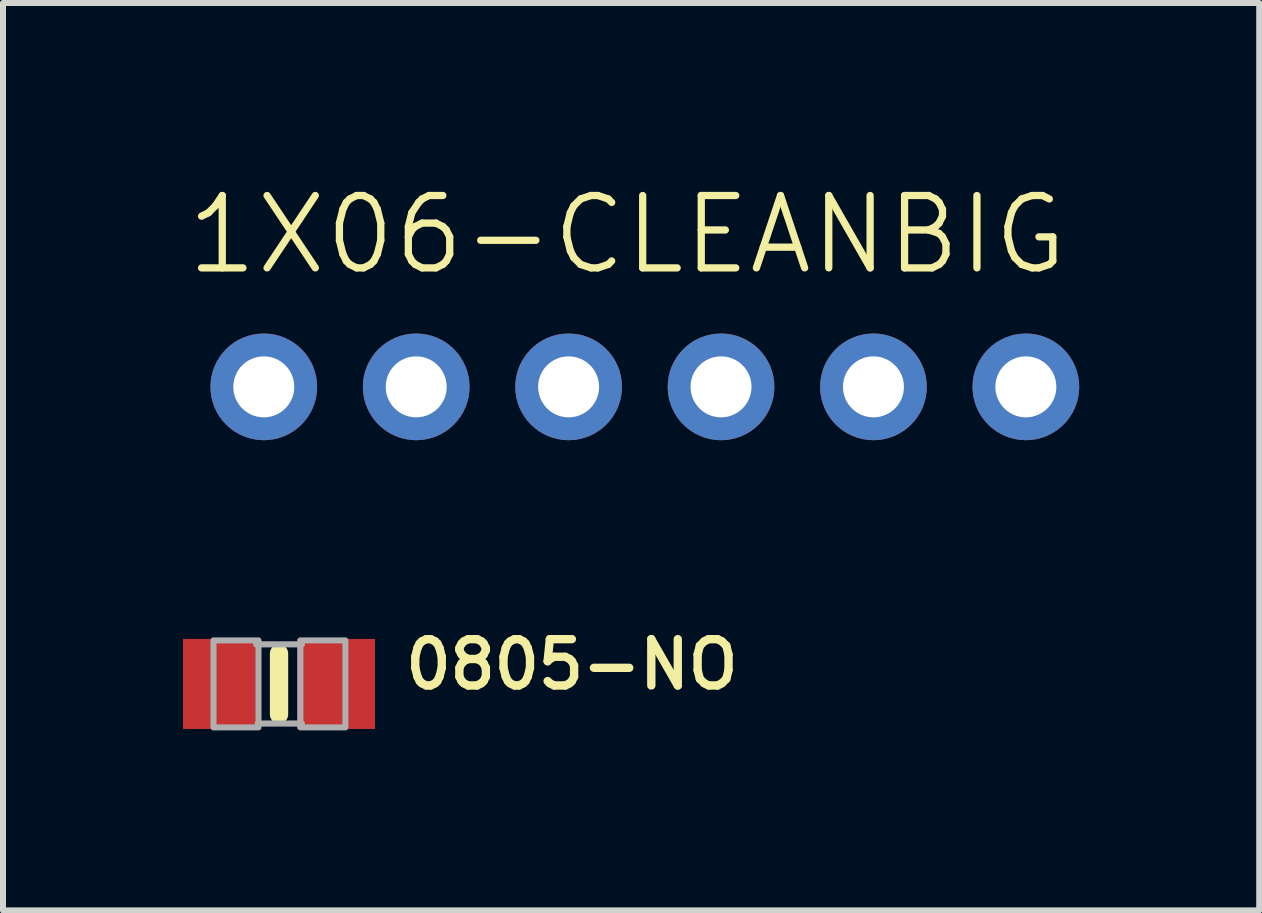
<source format=kicad_pcb>
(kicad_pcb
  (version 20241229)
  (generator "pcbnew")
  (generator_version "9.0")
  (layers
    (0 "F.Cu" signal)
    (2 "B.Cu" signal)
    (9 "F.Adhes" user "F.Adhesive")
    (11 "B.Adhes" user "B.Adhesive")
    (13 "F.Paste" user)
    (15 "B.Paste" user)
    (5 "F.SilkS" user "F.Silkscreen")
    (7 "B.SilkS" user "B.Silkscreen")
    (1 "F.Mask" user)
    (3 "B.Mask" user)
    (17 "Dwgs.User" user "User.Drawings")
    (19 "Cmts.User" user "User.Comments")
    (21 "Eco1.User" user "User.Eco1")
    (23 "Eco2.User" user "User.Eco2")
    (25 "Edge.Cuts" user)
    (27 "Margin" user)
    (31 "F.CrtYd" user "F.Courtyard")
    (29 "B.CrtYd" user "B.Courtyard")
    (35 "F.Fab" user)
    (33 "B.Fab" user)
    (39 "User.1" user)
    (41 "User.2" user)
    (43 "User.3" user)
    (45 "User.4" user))
  (footprint "0805-NO"
    (layer "F.Cu")
    (at 1.6 8.348)
    (property "Reference" "0805-NO" (at 2.032 0.127 0) (layer "F.SilkS") (effects (font (size 0.772 0.772) (thickness 0.139)) (justify left bottom)))
    (attr through_hole)
    (fp_line (start 0 -0.508) (end 0 0.508) (stroke (width 0.305) (type solid)) (layer "F.SilkS"))
    (fp_line (start -0.381 -0.66) (end 0.381 -0.66) (stroke (width 0.102) (type solid)) (layer "F.Fab"))
    (fp_line (start -0.356 0.66) (end 0.381 0.66) (stroke (width 0.102) (type solid)) (layer "F.Fab"))
    (fp_poly (pts (xy -1.092 0.724) (xy -0.342 0.724) (xy -0.342 -0.726) (xy -1.092 -0.726)) (stroke (width 0.1) (type solid)) (fill no) (layer "F.Fab"))
    (fp_poly (pts (xy 0.356 0.724) (xy 1.106 0.724) (xy 1.106 -0.726) (xy 0.356 -0.726)) (stroke (width 0.1) (type solid)) (fill no) (layer "F.Fab"))
    (pad "1" smd rect (at -0.95 0) (size 1.3 1.5) (layers "F.Cu" "F.Mask" "F.Paste"))
    (pad "2" smd rect (at 0.95 0) (size 1.3 1.5) (layers "F.Cu" "F.Mask" "F.Paste")))
  (footprint "1X06-CLEANBIG"
    (layer "F.Cu")
    (at 7.696 3.397)
    (property "Reference" "1X06-CLEANBIG" (at -7.696 -1.829 0) (layer "F.SilkS") (effects (font (size 1.206 1.206) (thickness 0.121)) (justify left bottom)))
    (attr through_hole)
    (fp_poly (pts (xy -6.604 0.254) (xy -6.096 0.254) (xy -6.096 -0.254) (xy -6.604 -0.254)) (stroke (width 0.1) (type solid)) (fill no) (layer "F.Fab"))
    (fp_poly (pts (xy -4.064 0.254) (xy -3.556 0.254) (xy -3.556 -0.254) (xy -4.064 -0.254)) (stroke (width 0.1) (type solid)) (fill no) (layer "F.Fab"))
    (fp_poly (pts (xy -1.524 0.254) (xy -1.016 0.254) (xy -1.016 -0.254) (xy -1.524 -0.254)) (stroke (width 0.1) (type solid)) (fill no) (layer "F.Fab"))
    (fp_poly (pts (xy 1.016 0.254) (xy 1.524 0.254) (xy 1.524 -0.254) (xy 1.016 -0.254)) (stroke (width 0.1) (type solid)) (fill no) (layer "F.Fab"))
    (fp_poly (pts (xy 3.556 0.254) (xy 4.064 0.254) (xy 4.064 -0.254) (xy 3.556 -0.254)) (stroke (width 0.1) (type solid)) (fill no) (layer "F.Fab"))
    (fp_poly (pts (xy 6.096 0.254) (xy 6.604 0.254) (xy 6.604 -0.254) (xy 6.096 -0.254)) (stroke (width 0.1) (type solid)) (fill no) (layer "F.Fab"))
    (pad "1" thru_hole circle (at -6.35 0 90) (size 1.778 1.778) (drill 1.016) (layers "*.Cu" "*.Mask"))
    (pad "2" thru_hole circle (at -3.81 0 90) (size 1.778 1.778) (drill 1.016) (layers "*.Cu" "*.Mask"))
    (pad "3" thru_hole circle (at -1.27 0 90) (size 1.778 1.778) (drill 1.016) (layers "*.Cu" "*.Mask"))
    (pad "4" thru_hole circle (at 1.27 0 90) (size 1.778 1.778) (drill 1.016) (layers "*.Cu" "*.Mask"))
    (pad "5" thru_hole circle (at 3.81 0 90) (size 1.778 1.778) (drill 1.016) (layers "*.Cu" "*.Mask"))
    (pad "6" thru_hole circle (at 6.35 0 90) (size 1.778 1.778) (drill 1.016) (layers "*.Cu" "*.Mask")))
  (gr_rect
    (start -3 -3)
    (end 17.935 12.122)
    (stroke (width 0.1) (type default))
    (fill no)
    (layer "Edge.Cuts")))
</source>
